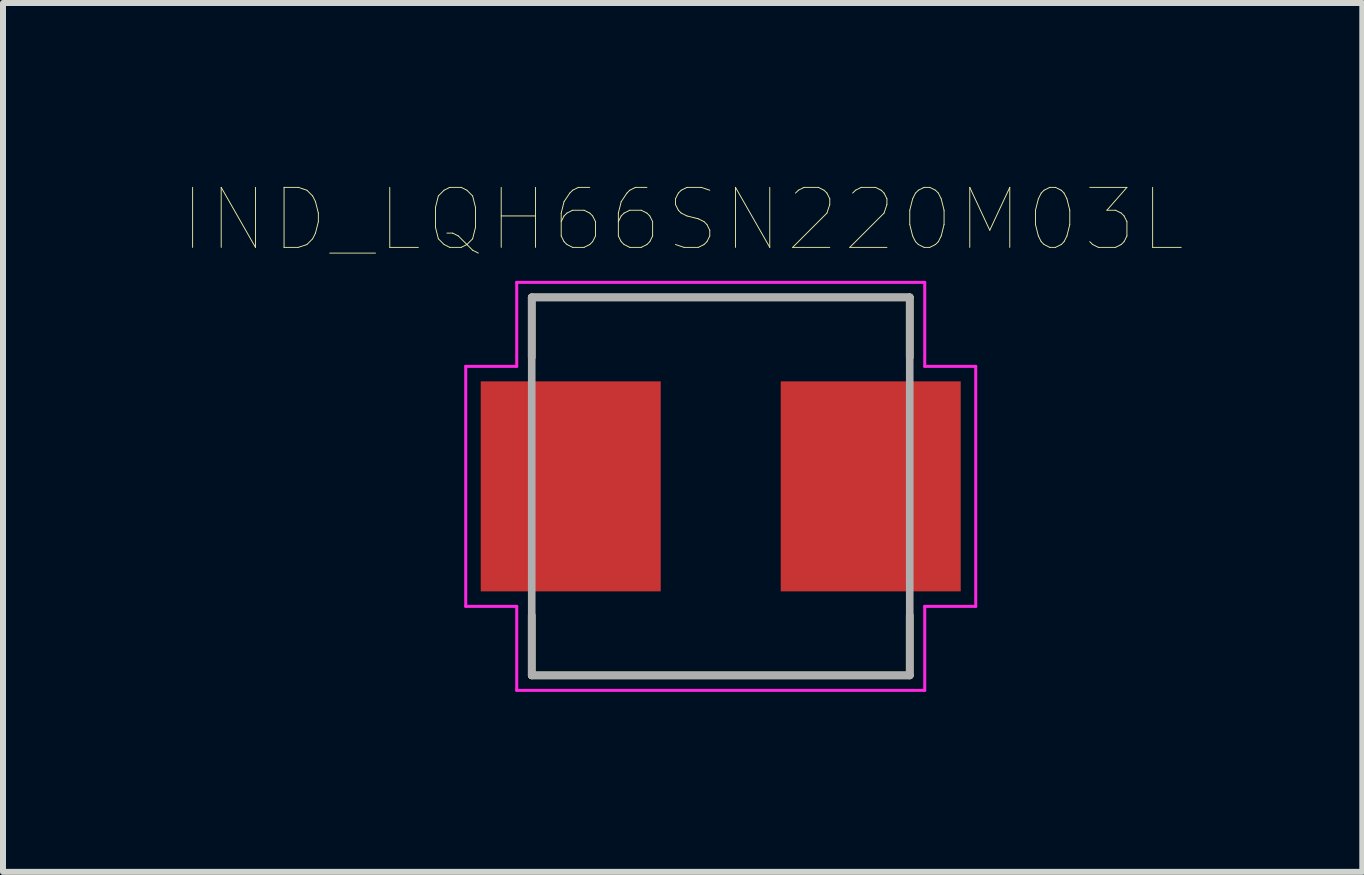
<source format=kicad_pcb>
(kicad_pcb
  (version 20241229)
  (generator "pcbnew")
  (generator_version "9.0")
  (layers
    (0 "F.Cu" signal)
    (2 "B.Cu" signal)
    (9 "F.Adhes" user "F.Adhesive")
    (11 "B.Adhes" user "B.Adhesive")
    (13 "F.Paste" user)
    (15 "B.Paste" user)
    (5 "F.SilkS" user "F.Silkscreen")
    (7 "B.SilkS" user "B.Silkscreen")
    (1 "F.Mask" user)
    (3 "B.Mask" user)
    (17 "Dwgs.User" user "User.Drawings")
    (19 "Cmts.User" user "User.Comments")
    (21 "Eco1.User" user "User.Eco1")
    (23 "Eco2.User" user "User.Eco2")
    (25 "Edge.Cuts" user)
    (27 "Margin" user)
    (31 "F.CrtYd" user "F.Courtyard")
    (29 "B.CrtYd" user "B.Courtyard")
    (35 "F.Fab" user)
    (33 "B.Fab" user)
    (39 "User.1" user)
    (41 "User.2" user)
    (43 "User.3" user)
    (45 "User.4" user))
  (footprint "IND_LQH66SN220M03L"
    (layer "F.Cu")
    (at 8.962 5.056)
    (property "Reference" "IND_LQH66SN220M03L" (at -0.635 -4.445 0) (layer "F.SilkS") (effects (font (size 1 1) (thickness 0.015))))
    (attr through_hole)
    (fp_line (start -3.15 -3.15) (end 3.15 -3.15) (stroke (width 0.127) (type solid)) (layer "F.SilkS"))
    (fp_line (start -3.15 -2.15) (end -3.15 -3.15) (stroke (width 0.127) (type solid)) (layer "F.SilkS"))
    (fp_line (start -3.15 2.15) (end -3.15 3.15) (stroke (width 0.127) (type solid)) (layer "F.SilkS"))
    (fp_line (start -3.15 3.15) (end 3.15 3.15) (stroke (width 0.127) (type solid)) (layer "F.SilkS"))
    (fp_line (start 3.15 -3.15) (end 3.15 -2.15) (stroke (width 0.127) (type solid)) (layer "F.SilkS"))
    (fp_line (start 3.15 3.15) (end 3.15 2.15) (stroke (width 0.127) (type solid)) (layer "F.SilkS"))
    (fp_line (start -4.25 -2) (end -3.4 -2) (stroke (width 0.05) (type solid)) (layer "F.CrtYd"))
    (fp_line (start -4.25 2) (end -4.25 -2) (stroke (width 0.05) (type solid)) (layer "F.CrtYd"))
    (fp_line (start -3.4 -3.4) (end 3.4 -3.4) (stroke (width 0.05) (type solid)) (layer "F.CrtYd"))
    (fp_line (start -3.4 -2) (end -3.4 -3.4) (stroke (width 0.05) (type solid)) (layer "F.CrtYd"))
    (fp_line (start -3.4 2) (end -4.25 2) (stroke (width 0.05) (type solid)) (layer "F.CrtYd"))
    (fp_line (start -3.4 3.4) (end -3.4 2) (stroke (width 0.05) (type solid)) (layer "F.CrtYd"))
    (fp_line (start 3.4 -3.4) (end 3.4 -2) (stroke (width 0.05) (type solid)) (layer "F.CrtYd"))
    (fp_line (start 3.4 -2) (end 4.25 -2) (stroke (width 0.05) (type solid)) (layer "F.CrtYd"))
    (fp_line (start 3.4 2) (end 3.4 3.4) (stroke (width 0.05) (type solid)) (layer "F.CrtYd"))
    (fp_line (start 3.4 3.4) (end -3.4 3.4) (stroke (width 0.05) (type solid)) (layer "F.CrtYd"))
    (fp_line (start 4.25 -2) (end 4.25 2) (stroke (width 0.05) (type solid)) (layer "F.CrtYd"))
    (fp_line (start 4.25 2) (end 3.4 2) (stroke (width 0.05) (type solid)) (layer "F.CrtYd"))
    (fp_line (start -3.15 -3.15) (end -3.15 3.15) (stroke (width 0.127) (type solid)) (layer "F.Fab"))
    (fp_line (start -3.15 3.15) (end 3.15 3.15) (stroke (width 0.127) (type solid)) (layer "F.Fab"))
    (fp_line (start 3.15 -3.15) (end -3.15 -3.15) (stroke (width 0.127) (type solid)) (layer "F.Fab"))
    (fp_line (start 3.15 3.15) (end 3.15 -3.15) (stroke (width 0.127) (type solid)) (layer "F.Fab"))
    (pad "1" smd rect (at -2.5 0) (size 3 3.5) (layers "F.Cu" "F.Mask" "F.Paste"))
    (pad "2" smd rect (at 2.5 0) (size 3 3.5) (layers "F.Cu" "F.Mask" "F.Paste")))
  (gr_rect
    (start -3 -3)
    (end 19.655 11.481)
    (stroke (width 0.1) (type default))
    (fill no)
    (layer "Edge.Cuts")))
</source>
